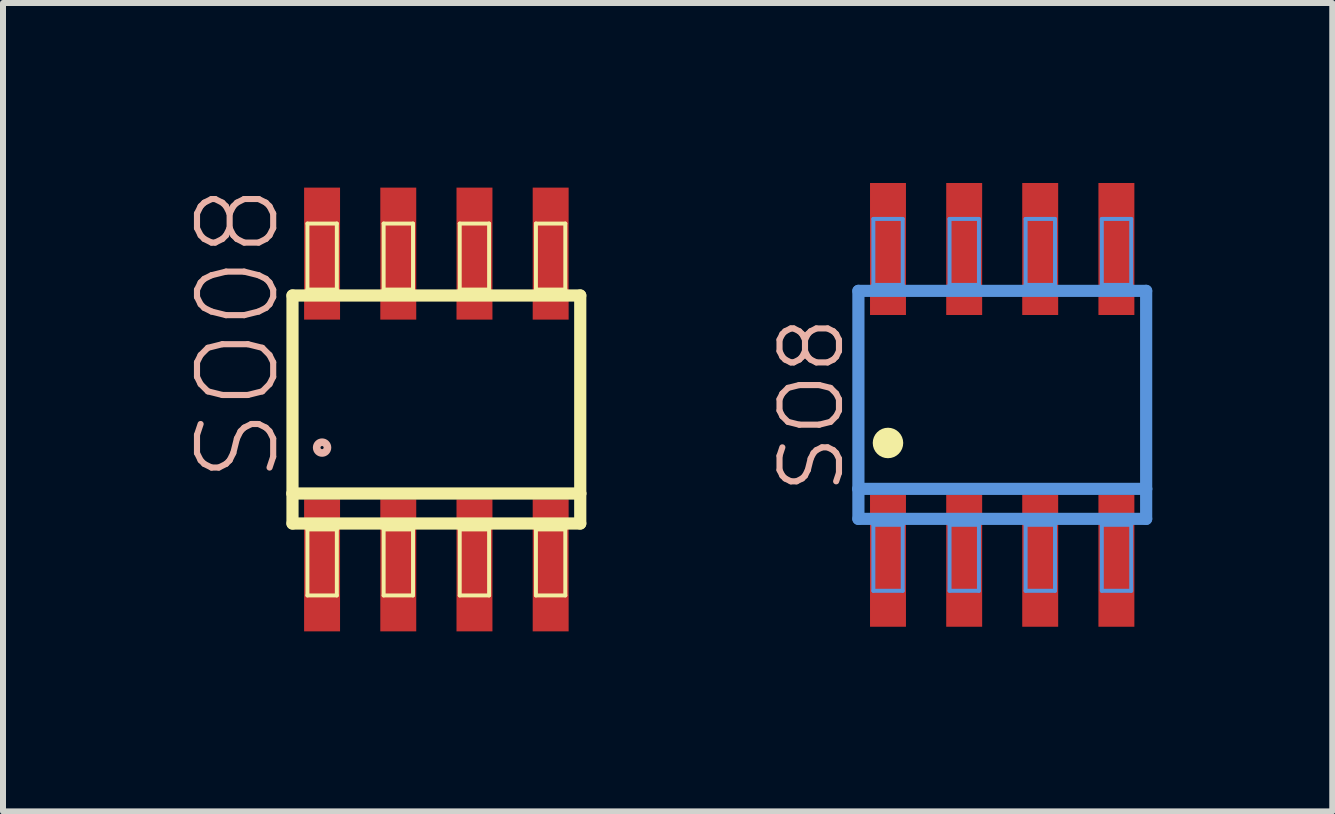
<source format=kicad_pcb>
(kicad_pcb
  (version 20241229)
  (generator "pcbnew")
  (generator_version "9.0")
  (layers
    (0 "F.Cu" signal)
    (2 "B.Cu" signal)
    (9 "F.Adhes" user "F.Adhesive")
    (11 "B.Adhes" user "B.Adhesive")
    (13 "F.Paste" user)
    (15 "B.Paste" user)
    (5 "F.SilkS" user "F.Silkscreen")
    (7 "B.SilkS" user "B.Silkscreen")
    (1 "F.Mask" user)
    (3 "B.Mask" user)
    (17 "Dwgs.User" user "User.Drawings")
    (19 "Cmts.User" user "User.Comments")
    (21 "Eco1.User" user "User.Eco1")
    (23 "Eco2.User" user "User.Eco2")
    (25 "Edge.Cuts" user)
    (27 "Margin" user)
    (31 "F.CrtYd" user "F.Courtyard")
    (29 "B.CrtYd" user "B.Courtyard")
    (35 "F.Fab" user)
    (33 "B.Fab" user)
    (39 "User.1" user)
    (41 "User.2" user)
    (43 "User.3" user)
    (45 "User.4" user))
  (footprint "SO08"
    (layer "F.Cu")
    (at 4.223 3.775)
    (property "Reference" "SO08" (at -3.302 -1.27 90) (layer "B.SilkS") (effects (font (size 1.27 1.27) (thickness 0.102))))
    (attr smd)
    (fp_line (start -2.398 -1.9) (end 2.398 -1.9) (stroke (width 0.203) (type solid)) (layer "F.SilkS"))
    (fp_line (start -2.398 1.4) (end -2.398 -1.9) (stroke (width 0.203) (type solid)) (layer "F.SilkS"))
    (fp_line (start -2.398 1.9) (end -2.398 1.4) (stroke (width 0.203) (type solid)) (layer "F.SilkS"))
    (fp_line (start -2.149 -3.099) (end -1.659 -3.099) (stroke (width 0.066) (type solid)) (layer "F.SilkS"))
    (fp_line (start -2.149 -1.999) (end -2.149 -3.099) (stroke (width 0.066) (type solid)) (layer "F.SilkS"))
    (fp_line (start -2.149 -1.999) (end -1.659 -1.999) (stroke (width 0.066) (type solid)) (layer "F.SilkS"))
    (fp_line (start -2.149 1.999) (end -1.659 1.999) (stroke (width 0.066) (type solid)) (layer "F.SilkS"))
    (fp_line (start -2.149 3.099) (end -2.149 1.999) (stroke (width 0.066) (type solid)) (layer "F.SilkS"))
    (fp_line (start -2.149 3.099) (end -1.659 3.099) (stroke (width 0.066) (type solid)) (layer "F.SilkS"))
    (fp_line (start -1.659 -1.999) (end -1.659 -3.099) (stroke (width 0.066) (type solid)) (layer "F.SilkS"))
    (fp_line (start -1.659 3.099) (end -1.659 1.999) (stroke (width 0.066) (type solid)) (layer "F.SilkS"))
    (fp_line (start -0.879 -3.099) (end -0.389 -3.099) (stroke (width 0.066) (type solid)) (layer "F.SilkS"))
    (fp_line (start -0.879 -1.999) (end -0.879 -3.099) (stroke (width 0.066) (type solid)) (layer "F.SilkS"))
    (fp_line (start -0.879 -1.999) (end -0.389 -1.999) (stroke (width 0.066) (type solid)) (layer "F.SilkS"))
    (fp_line (start -0.879 1.999) (end -0.389 1.999) (stroke (width 0.066) (type solid)) (layer "F.SilkS"))
    (fp_line (start -0.879 3.099) (end -0.879 1.999) (stroke (width 0.066) (type solid)) (layer "F.SilkS"))
    (fp_line (start -0.879 3.099) (end -0.389 3.099) (stroke (width 0.066) (type solid)) (layer "F.SilkS"))
    (fp_line (start -0.389 -1.999) (end -0.389 -3.099) (stroke (width 0.066) (type solid)) (layer "F.SilkS"))
    (fp_line (start -0.389 3.099) (end -0.389 1.999) (stroke (width 0.066) (type solid)) (layer "F.SilkS"))
    (fp_line (start 0.389 -3.099) (end 0.879 -3.099) (stroke (width 0.066) (type solid)) (layer "F.SilkS"))
    (fp_line (start 0.389 -1.999) (end 0.389 -3.099) (stroke (width 0.066) (type solid)) (layer "F.SilkS"))
    (fp_line (start 0.389 -1.999) (end 0.879 -1.999) (stroke (width 0.066) (type solid)) (layer "F.SilkS"))
    (fp_line (start 0.389 1.999) (end 0.879 1.999) (stroke (width 0.066) (type solid)) (layer "F.SilkS"))
    (fp_line (start 0.389 3.099) (end 0.389 1.999) (stroke (width 0.066) (type solid)) (layer "F.SilkS"))
    (fp_line (start 0.389 3.099) (end 0.879 3.099) (stroke (width 0.066) (type solid)) (layer "F.SilkS"))
    (fp_line (start 0.879 -1.999) (end 0.879 -3.099) (stroke (width 0.066) (type solid)) (layer "F.SilkS"))
    (fp_line (start 0.879 3.099) (end 0.879 1.999) (stroke (width 0.066) (type solid)) (layer "F.SilkS"))
    (fp_line (start 1.659 -3.099) (end 2.149 -3.099) (stroke (width 0.066) (type solid)) (layer "F.SilkS"))
    (fp_line (start 1.659 -1.999) (end 1.659 -3.099) (stroke (width 0.066) (type solid)) (layer "F.SilkS"))
    (fp_line (start 1.659 -1.999) (end 2.149 -1.999) (stroke (width 0.066) (type solid)) (layer "F.SilkS"))
    (fp_line (start 1.659 1.999) (end 2.149 1.999) (stroke (width 0.066) (type solid)) (layer "F.SilkS"))
    (fp_line (start 1.659 3.099) (end 1.659 1.999) (stroke (width 0.066) (type solid)) (layer "F.SilkS"))
    (fp_line (start 1.659 3.099) (end 2.149 3.099) (stroke (width 0.066) (type solid)) (layer "F.SilkS"))
    (fp_line (start 2.149 -1.999) (end 2.149 -3.099) (stroke (width 0.066) (type solid)) (layer "F.SilkS"))
    (fp_line (start 2.149 3.099) (end 2.149 1.999) (stroke (width 0.066) (type solid)) (layer "F.SilkS"))
    (fp_line (start 2.398 -1.9) (end 2.398 1.4) (stroke (width 0.203) (type solid)) (layer "F.SilkS"))
    (fp_line (start 2.398 1.4) (end -2.398 1.4) (stroke (width 0.203) (type solid)) (layer "F.SilkS"))
    (fp_line (start 2.398 1.4) (end 2.398 1.9) (stroke (width 0.203) (type solid)) (layer "F.SilkS"))
    (fp_line (start 2.398 1.9) (end -2.398 1.9) (stroke (width 0.203) (type solid)) (layer "F.SilkS"))
    (fp_circle (center -1.905 0.635) (end -1.968 0.699) (stroke (width 0.127) (type solid)) (fill no) (layer "B.SilkS"))
    (pad "1" smd rect (at -1.905 2.598) (size 0.599 2.2) (layers "F.Cu" "F.Mask" "F.Paste"))
    (pad "2" smd rect (at -0.635 2.598) (size 0.599 2.2) (layers "F.Cu" "F.Mask" "F.Paste"))
    (pad "3" smd rect (at 0.635 2.598) (size 0.599 2.2) (layers "F.Cu" "F.Mask" "F.Paste"))
    (pad "4" smd rect (at 1.905 2.598) (size 0.599 2.2) (layers "F.Cu" "F.Mask" "F.Paste"))
    (pad "5" smd rect (at 1.905 -2.598) (size 0.599 2.2) (layers "F.Cu" "F.Mask" "F.Paste"))
    (pad "6" smd rect (at 0.635 -2.598) (size 0.599 2.2) (layers "F.Cu" "F.Mask" "F.Paste"))
    (pad "7" smd rect (at -0.635 -2.598) (size 0.599 2.2) (layers "F.Cu" "F.Mask" "F.Paste"))
    (pad "8" smd rect (at -1.905 -2.598) (size 0.599 2.2) (layers "F.Cu" "F.Mask" "F.Paste")))
  (footprint "SO8"
    (layer "F.Cu")
    (at 13.655 3.698)
    (property "Reference" "SO8" (at -3.175 0 90) (layer "B.SilkS") (effects (font (size 0.991 0.991) (thickness 0.102))))
    (attr smd)
    (fp_circle (center -1.905 0.635) (end -1.905 0.762) (stroke (width 0.254) (type solid)) (fill no) (layer "F.SilkS"))
    (fp_line (start -2.398 -1.9) (end 2.398 -1.9) (stroke (width 0.203) (type solid)) (layer "Cmts.User"))
    (fp_line (start -2.398 1.4) (end -2.398 -1.9) (stroke (width 0.203) (type solid)) (layer "Cmts.User"))
    (fp_line (start -2.398 1.9) (end -2.398 1.4) (stroke (width 0.203) (type solid)) (layer "Cmts.User"))
    (fp_line (start -2.149 -3.099) (end -1.659 -3.099) (stroke (width 0.066) (type solid)) (layer "Cmts.User"))
    (fp_line (start -2.149 -1.999) (end -2.149 -3.099) (stroke (width 0.066) (type solid)) (layer "Cmts.User"))
    (fp_line (start -2.149 -1.999) (end -1.659 -1.999) (stroke (width 0.066) (type solid)) (layer "Cmts.User"))
    (fp_line (start -2.149 1.999) (end -1.659 1.999) (stroke (width 0.066) (type solid)) (layer "Cmts.User"))
    (fp_line (start -2.149 3.099) (end -2.149 1.999) (stroke (width 0.066) (type solid)) (layer "Cmts.User"))
    (fp_line (start -2.149 3.099) (end -1.659 3.099) (stroke (width 0.066) (type solid)) (layer "Cmts.User"))
    (fp_line (start -1.659 -1.999) (end -1.659 -3.099) (stroke (width 0.066) (type solid)) (layer "Cmts.User"))
    (fp_line (start -1.659 3.099) (end -1.659 1.999) (stroke (width 0.066) (type solid)) (layer "Cmts.User"))
    (fp_line (start -0.879 -3.099) (end -0.389 -3.099) (stroke (width 0.066) (type solid)) (layer "Cmts.User"))
    (fp_line (start -0.879 -1.999) (end -0.879 -3.099) (stroke (width 0.066) (type solid)) (layer "Cmts.User"))
    (fp_line (start -0.879 -1.999) (end -0.389 -1.999) (stroke (width 0.066) (type solid)) (layer "Cmts.User"))
    (fp_line (start -0.879 1.999) (end -0.389 1.999) (stroke (width 0.066) (type solid)) (layer "Cmts.User"))
    (fp_line (start -0.879 3.099) (end -0.879 1.999) (stroke (width 0.066) (type solid)) (layer "Cmts.User"))
    (fp_line (start -0.879 3.099) (end -0.389 3.099) (stroke (width 0.066) (type solid)) (layer "Cmts.User"))
    (fp_line (start -0.389 -1.999) (end -0.389 -3.099) (stroke (width 0.066) (type solid)) (layer "Cmts.User"))
    (fp_line (start -0.389 3.099) (end -0.389 1.999) (stroke (width 0.066) (type solid)) (layer "Cmts.User"))
    (fp_line (start 0.389 -3.099) (end 0.879 -3.099) (stroke (width 0.066) (type solid)) (layer "Cmts.User"))
    (fp_line (start 0.389 -1.999) (end 0.389 -3.099) (stroke (width 0.066) (type solid)) (layer "Cmts.User"))
    (fp_line (start 0.389 -1.999) (end 0.879 -1.999) (stroke (width 0.066) (type solid)) (layer "Cmts.User"))
    (fp_line (start 0.389 1.999) (end 0.879 1.999) (stroke (width 0.066) (type solid)) (layer "Cmts.User"))
    (fp_line (start 0.389 3.099) (end 0.389 1.999) (stroke (width 0.066) (type solid)) (layer "Cmts.User"))
    (fp_line (start 0.389 3.099) (end 0.879 3.099) (stroke (width 0.066) (type solid)) (layer "Cmts.User"))
    (fp_line (start 0.879 -1.999) (end 0.879 -3.099) (stroke (width 0.066) (type solid)) (layer "Cmts.User"))
    (fp_line (start 0.879 3.099) (end 0.879 1.999) (stroke (width 0.066) (type solid)) (layer "Cmts.User"))
    (fp_line (start 1.659 -3.099) (end 2.149 -3.099) (stroke (width 0.066) (type solid)) (layer "Cmts.User"))
    (fp_line (start 1.659 -1.999) (end 1.659 -3.099) (stroke (width 0.066) (type solid)) (layer "Cmts.User"))
    (fp_line (start 1.659 -1.999) (end 2.149 -1.999) (stroke (width 0.066) (type solid)) (layer "Cmts.User"))
    (fp_line (start 1.659 1.999) (end 2.149 1.999) (stroke (width 0.066) (type solid)) (layer "Cmts.User"))
    (fp_line (start 1.659 3.099) (end 1.659 1.999) (stroke (width 0.066) (type solid)) (layer "Cmts.User"))
    (fp_line (start 1.659 3.099) (end 2.149 3.099) (stroke (width 0.066) (type solid)) (layer "Cmts.User"))
    (fp_line (start 2.149 -1.999) (end 2.149 -3.099) (stroke (width 0.066) (type solid)) (layer "Cmts.User"))
    (fp_line (start 2.149 3.099) (end 2.149 1.999) (stroke (width 0.066) (type solid)) (layer "Cmts.User"))
    (fp_line (start 2.398 -1.9) (end 2.398 1.4) (stroke (width 0.203) (type solid)) (layer "Cmts.User"))
    (fp_line (start 2.398 1.4) (end -2.398 1.4) (stroke (width 0.203) (type solid)) (layer "Cmts.User"))
    (fp_line (start 2.398 1.4) (end 2.398 1.9) (stroke (width 0.203) (type solid)) (layer "Cmts.User"))
    (fp_line (start 2.398 1.9) (end -2.398 1.9) (stroke (width 0.203) (type solid)) (layer "Cmts.User"))
    (pad "1" smd rect (at -1.905 2.598) (size 0.599 2.2) (layers "F.Cu" "F.Mask" "F.Paste"))
    (pad "2" smd rect (at -0.635 2.598) (size 0.599 2.2) (layers "F.Cu" "F.Mask" "F.Paste"))
    (pad "3" smd rect (at 0.632 2.598) (size 0.599 2.2) (layers "F.Cu" "F.Mask" "F.Paste"))
    (pad "4" smd rect (at 1.902 2.598) (size 0.599 2.2) (layers "F.Cu" "F.Mask" "F.Paste"))
    (pad "5" smd rect (at 1.902 -2.598) (size 0.599 2.2) (layers "F.Cu" "F.Mask" "F.Paste"))
    (pad "6" smd rect (at 0.632 -2.598) (size 0.599 2.2) (layers "F.Cu" "F.Mask" "F.Paste"))
    (pad "7" smd rect (at -0.635 -2.598) (size 0.599 2.2) (layers "F.Cu" "F.Mask" "F.Paste"))
    (pad "8" smd rect (at -1.905 -2.598) (size 0.599 2.2) (layers "F.Cu" "F.Mask" "F.Paste")))
  (gr_rect
    (start -3 -3)
    (end 19.155 10.473)
    (stroke (width 0.1) (type default))
    (fill no)
    (layer "Edge.Cuts")))
</source>
